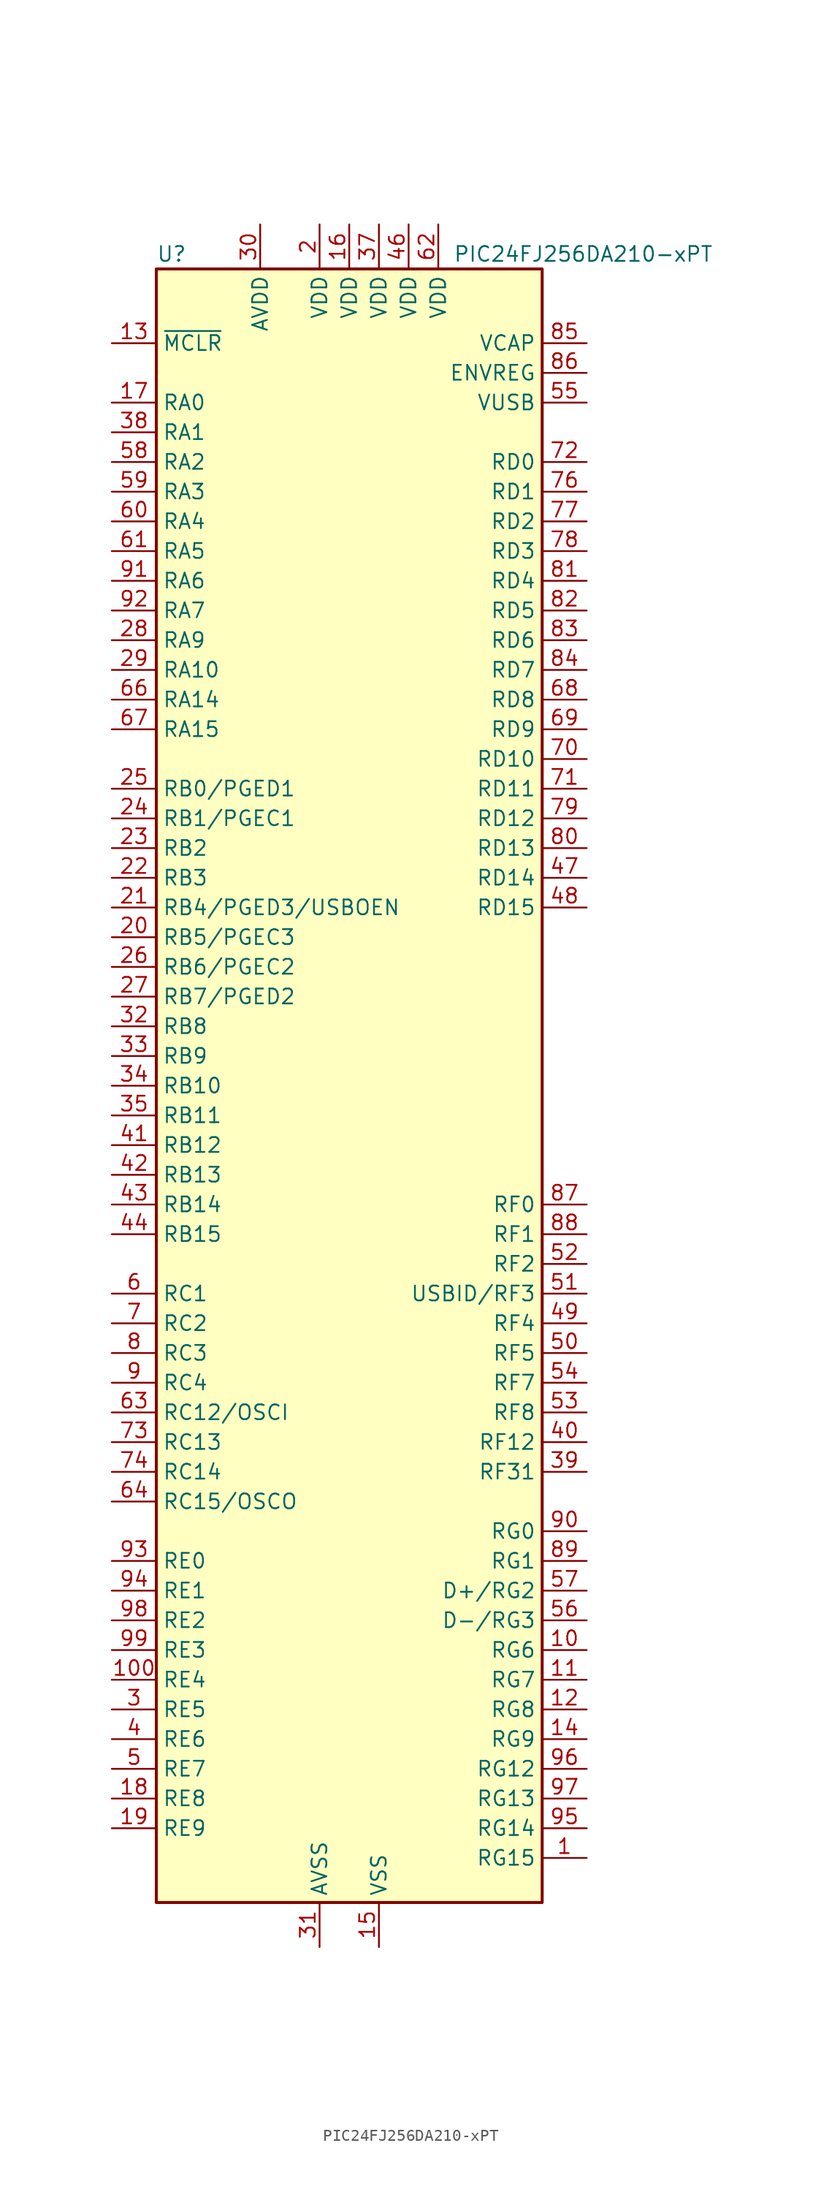
<source format=kicad_sym>
(kicad_symbol_lib
  (version 20241209)
  (generator "kicad_symbol_editor")
  (generator_version "9.0")
  (symbol "PIC24FJ256DA210-xPT"
    (property "Reference" "U"
      (at -16.51 71.12 0)
      (effects (font (size 1.27 1.27)) (justify left)))
    (property "Value" "PIC24FJ256DA210-xPT"
      (at 8.89 71.12 0)
      (effects (font (size 1.27 1.27)) (justify left)))
    (symbol "PIC24FJ256DA210-xPT_1_1"
      (rectangle (start -16.51 69.85) (end 16.51 -69.85) (stroke (width 0.254) (type default)) (fill (type background)))
      (pin input line (at -20.32 63.5 0) (length 3.81) (name "~{MCLR}" (effects (font (size 1.27 1.27)))) (number "13" (effects (font (size 1.27 1.27)))))
      (pin bidirectional line (at -20.32 58.42 0) (length 3.81) (name "RA0" (effects (font (size 1.27 1.27)))) (number "17" (effects (font (size 1.27 1.27)))))
      (pin bidirectional line (at -20.32 55.88 0) (length 3.81) (name "RA1" (effects (font (size 1.27 1.27)))) (number "38" (effects (font (size 1.27 1.27)))))
      (pin bidirectional line (at -20.32 53.34 0) (length 3.81) (name "RA2" (effects (font (size 1.27 1.27)))) (number "58" (effects (font (size 1.27 1.27)))))
      (pin bidirectional line (at -20.32 50.8 0) (length 3.81) (name "RA3" (effects (font (size 1.27 1.27)))) (number "59" (effects (font (size 1.27 1.27)))))
      (pin bidirectional line (at -20.32 48.26 0) (length 3.81) (name "RA4" (effects (font (size 1.27 1.27)))) (number "60" (effects (font (size 1.27 1.27)))))
      (pin bidirectional line (at -20.32 45.72 0) (length 3.81) (name "RA5" (effects (font (size 1.27 1.27)))) (number "61" (effects (font (size 1.27 1.27)))))
      (pin bidirectional line (at -20.32 43.18 0) (length 3.81) (name "RA6" (effects (font (size 1.27 1.27)))) (number "91" (effects (font (size 1.27 1.27)))))
      (pin bidirectional line (at -20.32 40.64 0) (length 3.81) (name "RA7" (effects (font (size 1.27 1.27)))) (number "92" (effects (font (size 1.27 1.27)))))
      (pin bidirectional line (at -20.32 38.1 0) (length 3.81) (name "RA9" (effects (font (size 1.27 1.27)))) (number "28" (effects (font (size 1.27 1.27)))))
      (pin bidirectional line (at -20.32 35.56 0) (length 3.81) (name "RA10" (effects (font (size 1.27 1.27)))) (number "29" (effects (font (size 1.27 1.27)))))
      (pin bidirectional line (at -20.32 33.02 0) (length 3.81) (name "RA14" (effects (font (size 1.27 1.27)))) (number "66" (effects (font (size 1.27 1.27)))))
      (pin bidirectional line (at -20.32 30.48 0) (length 3.81) (name "RA15" (effects (font (size 1.27 1.27)))) (number "67" (effects (font (size 1.27 1.27)))))
      (pin bidirectional line (at -20.32 25.4 0) (length 3.81) (name "RB0/PGED1" (effects (font (size 1.27 1.27)))) (number "25" (effects (font (size 1.27 1.27)))))
      (pin bidirectional line (at -20.32 22.86 0) (length 3.81) (name "RB1/PGEC1" (effects (font (size 1.27 1.27)))) (number "24" (effects (font (size 1.27 1.27)))))
      (pin bidirectional line (at -20.32 20.32 0) (length 3.81) (name "RB2" (effects (font (size 1.27 1.27)))) (number "23" (effects (font (size 1.27 1.27)))))
      (pin bidirectional line (at -20.32 17.78 0) (length 3.81) (name "RB3" (effects (font (size 1.27 1.27)))) (number "22" (effects (font (size 1.27 1.27)))))
      (pin bidirectional line (at -20.32 15.24 0) (length 3.81) (name "RB4/PGED3/USBOEN" (effects (font (size 1.27 1.27)))) (number "21" (effects (font (size 1.27 1.27)))))
      (pin bidirectional line (at -20.32 12.7 0) (length 3.81) (name "RB5/PGEC3" (effects (font (size 1.27 1.27)))) (number "20" (effects (font (size 1.27 1.27)))))
      (pin bidirectional line (at -20.32 10.16 0) (length 3.81) (name "RB6/PGEC2" (effects (font (size 1.27 1.27)))) (number "26" (effects (font (size 1.27 1.27)))))
      (pin bidirectional line (at -20.32 7.62 0) (length 3.81) (name "RB7/PGED2" (effects (font (size 1.27 1.27)))) (number "27" (effects (font (size 1.27 1.27)))))
      (pin bidirectional line (at -20.32 5.08 0) (length 3.81) (name "RB8" (effects (font (size 1.27 1.27)))) (number "32" (effects (font (size 1.27 1.27)))))
      (pin bidirectional line (at -20.32 2.54 0) (length 3.81) (name "RB9" (effects (font (size 1.27 1.27)))) (number "33" (effects (font (size 1.27 1.27)))))
      (pin bidirectional line (at -20.32 0 0) (length 3.81) (name "RB10" (effects (font (size 1.27 1.27)))) (number "34" (effects (font (size 1.27 1.27)))))
      (pin bidirectional line (at -20.32 -2.54 0) (length 3.81) (name "RB11" (effects (font (size 1.27 1.27)))) (number "35" (effects (font (size 1.27 1.27)))))
      (pin bidirectional line (at -20.32 -5.08 0) (length 3.81) (name "RB12" (effects (font (size 1.27 1.27)))) (number "41" (effects (font (size 1.27 1.27)))))
      (pin bidirectional line (at -20.32 -7.62 0) (length 3.81) (name "RB13" (effects (font (size 1.27 1.27)))) (number "42" (effects (font (size 1.27 1.27)))))
      (pin bidirectional line (at -20.32 -10.16 0) (length 3.81) (name "RB14" (effects (font (size 1.27 1.27)))) (number "43" (effects (font (size 1.27 1.27)))))
      (pin bidirectional line (at -20.32 -12.7 0) (length 3.81) (name "RB15" (effects (font (size 1.27 1.27)))) (number "44" (effects (font (size 1.27 1.27)))))
      (pin bidirectional line (at -20.32 -17.78 0) (length 3.81) (name "RC1" (effects (font (size 1.27 1.27)))) (number "6" (effects (font (size 1.27 1.27)))))
      (pin bidirectional line (at -20.32 -20.32 0) (length 3.81) (name "RC2" (effects (font (size 1.27 1.27)))) (number "7" (effects (font (size 1.27 1.27)))))
      (pin bidirectional line (at -20.32 -22.86 0) (length 3.81) (name "RC3" (effects (font (size 1.27 1.27)))) (number "8" (effects (font (size 1.27 1.27)))))
      (pin bidirectional line (at -20.32 -25.4 0) (length 3.81) (name "RC4" (effects (font (size 1.27 1.27)))) (number "9" (effects (font (size 1.27 1.27)))))
      (pin bidirectional line (at -20.32 -27.94 0) (length 3.81) (name "RC12/OSCI" (effects (font (size 1.27 1.27)))) (number "63" (effects (font (size 1.27 1.27)))))
      (pin bidirectional line (at -20.32 -30.48 0) (length 3.81) (name "RC13" (effects (font (size 1.27 1.27)))) (number "73" (effects (font (size 1.27 1.27)))))
      (pin bidirectional line (at -20.32 -33.02 0) (length 3.81) (name "RC14" (effects (font (size 1.27 1.27)))) (number "74" (effects (font (size 1.27 1.27)))))
      (pin bidirectional line (at -20.32 -35.56 0) (length 3.81) (name "RC15/OSCO" (effects (font (size 1.27 1.27)))) (number "64" (effects (font (size 1.27 1.27)))))
      (pin bidirectional line (at -20.32 -40.64 0) (length 3.81) (name "RE0" (effects (font (size 1.27 1.27)))) (number "93" (effects (font (size 1.27 1.27)))))
      (pin bidirectional line (at -20.32 -43.18 0) (length 3.81) (name "RE1" (effects (font (size 1.27 1.27)))) (number "94" (effects (font (size 1.27 1.27)))))
      (pin bidirectional line (at -20.32 -45.72 0) (length 3.81) (name "RE2" (effects (font (size 1.27 1.27)))) (number "98" (effects (font (size 1.27 1.27)))))
      (pin bidirectional line (at -20.32 -48.26 0) (length 3.81) (name "RE3" (effects (font (size 1.27 1.27)))) (number "99" (effects (font (size 1.27 1.27)))))
      (pin bidirectional line (at -20.32 -50.8 0) (length 3.81) (name "RE4" (effects (font (size 1.27 1.27)))) (number "100" (effects (font (size 1.27 1.27)))))
      (pin bidirectional line (at -20.32 -53.34 0) (length 3.81) (name "RE5" (effects (font (size 1.27 1.27)))) (number "3" (effects (font (size 1.27 1.27)))))
      (pin bidirectional line (at -20.32 -55.88 0) (length 3.81) (name "RE6" (effects (font (size 1.27 1.27)))) (number "4" (effects (font (size 1.27 1.27)))))
      (pin bidirectional line (at -20.32 -58.42 0) (length 3.81) (name "RE7" (effects (font (size 1.27 1.27)))) (number "5" (effects (font (size 1.27 1.27)))))
      (pin bidirectional line (at -20.32 -60.96 0) (length 3.81) (name "RE8" (effects (font (size 1.27 1.27)))) (number "18" (effects (font (size 1.27 1.27)))))
      (pin bidirectional line (at -20.32 -63.5 0) (length 3.81) (name "RE9" (effects (font (size 1.27 1.27)))) (number "19" (effects (font (size 1.27 1.27)))))
      (pin power_in line (at -7.62 73.66 270) (length 3.81) (name "AVDD" (effects (font (size 1.27 1.27)))) (number "30" (effects (font (size 1.27 1.27)))))
      (pin power_in line (at -2.54 73.66 270) (length 3.81) (name "VDD" (effects (font (size 1.27 1.27)))) (number "2" (effects (font (size 1.27 1.27)))))
      (pin power_in line (at -2.54 -73.66 90) (length 3.81) (name "AVSS" (effects (font (size 1.27 1.27)))) (number "31" (effects (font (size 1.27 1.27)))))
      (pin power_in line (at 0 73.66 270) (length 3.81) (name "VDD" (effects (font (size 1.27 1.27)))) (number "16" (effects (font (size 1.27 1.27)))))
      (pin power_in line (at 2.54 73.66 270) (length 3.81) (name "VDD" (effects (font (size 1.27 1.27)))) (number "37" (effects (font (size 1.27 1.27)))))
      (pin power_in line (at 2.54 -73.66 90) (length 3.81) (name "VSS" (effects (font (size 1.27 1.27)))) (number "15" (effects (font (size 1.27 1.27)))))
      (pin passive line (at 2.54 -73.66 90) (length 3.81) (hide yes) (name "VSS" (effects (font (size 1.27 1.27)))) (number "36" (effects (font (size 1.27 1.27)))))
      (pin passive line (at 2.54 -73.66 90) (length 3.81) (hide yes) (name "VSS" (effects (font (size 1.27 1.27)))) (number "45" (effects (font (size 1.27 1.27)))))
      (pin passive line (at 2.54 -73.66 90) (length 3.81) (hide yes) (name "VSS" (effects (font (size 1.27 1.27)))) (number "65" (effects (font (size 1.27 1.27)))))
      (pin passive line (at 2.54 -73.66 90) (length 3.81) (hide yes) (name "VSS" (effects (font (size 1.27 1.27)))) (number "75" (effects (font (size 1.27 1.27)))))
      (pin power_in line (at 5.08 73.66 270) (length 3.81) (name "VDD" (effects (font (size 1.27 1.27)))) (number "46" (effects (font (size 1.27 1.27)))))
      (pin power_in line (at 7.62 73.66 270) (length 3.81) (name "VDD" (effects (font (size 1.27 1.27)))) (number "62" (effects (font (size 1.27 1.27)))))
      (pin passive line (at 20.32 63.5 180) (length 3.81) (name "VCAP" (effects (font (size 1.27 1.27)))) (number "85" (effects (font (size 1.27 1.27)))))
      (pin input line (at 20.32 60.96 180) (length 3.81) (name "ENVREG" (effects (font (size 1.27 1.27)))) (number "86" (effects (font (size 1.27 1.27)))))
      (pin bidirectional line (at 20.32 58.42 180) (length 3.81) (name "VUSB" (effects (font (size 1.27 1.27)))) (number "55" (effects (font (size 1.27 1.27)))))
      (pin bidirectional line (at 20.32 53.34 180) (length 3.81) (name "RD0" (effects (font (size 1.27 1.27)))) (number "72" (effects (font (size 1.27 1.27)))))
      (pin bidirectional line (at 20.32 50.8 180) (length 3.81) (name "RD1" (effects (font (size 1.27 1.27)))) (number "76" (effects (font (size 1.27 1.27)))))
      (pin bidirectional line (at 20.32 48.26 180) (length 3.81) (name "RD2" (effects (font (size 1.27 1.27)))) (number "77" (effects (font (size 1.27 1.27)))))
      (pin bidirectional line (at 20.32 45.72 180) (length 3.81) (name "RD3" (effects (font (size 1.27 1.27)))) (number "78" (effects (font (size 1.27 1.27)))))
      (pin bidirectional line (at 20.32 43.18 180) (length 3.81) (name "RD4" (effects (font (size 1.27 1.27)))) (number "81" (effects (font (size 1.27 1.27)))))
      (pin bidirectional line (at 20.32 40.64 180) (length 3.81) (name "RD5" (effects (font (size 1.27 1.27)))) (number "82" (effects (font (size 1.27 1.27)))))
      (pin bidirectional line (at 20.32 38.1 180) (length 3.81) (name "RD6" (effects (font (size 1.27 1.27)))) (number "83" (effects (font (size 1.27 1.27)))))
      (pin bidirectional line (at 20.32 35.56 180) (length 3.81) (name "RD7" (effects (font (size 1.27 1.27)))) (number "84" (effects (font (size 1.27 1.27)))))
      (pin bidirectional line (at 20.32 33.02 180) (length 3.81) (name "RD8" (effects (font (size 1.27 1.27)))) (number "68" (effects (font (size 1.27 1.27)))))
      (pin bidirectional line (at 20.32 30.48 180) (length 3.81) (name "RD9" (effects (font (size 1.27 1.27)))) (number "69" (effects (font (size 1.27 1.27)))))
      (pin bidirectional line (at 20.32 27.94 180) (length 3.81) (name "RD10" (effects (font (size 1.27 1.27)))) (number "70" (effects (font (size 1.27 1.27)))))
      (pin bidirectional line (at 20.32 25.4 180) (length 3.81) (name "RD11" (effects (font (size 1.27 1.27)))) (number "71" (effects (font (size 1.27 1.27)))))
      (pin bidirectional line (at 20.32 22.86 180) (length 3.81) (name "RD12" (effects (font (size 1.27 1.27)))) (number "79" (effects (font (size 1.27 1.27)))))
      (pin bidirectional line (at 20.32 20.32 180) (length 3.81) (name "RD13" (effects (font (size 1.27 1.27)))) (number "80" (effects (font (size 1.27 1.27)))))
      (pin bidirectional line (at 20.32 17.78 180) (length 3.81) (name "RD14" (effects (font (size 1.27 1.27)))) (number "47" (effects (font (size 1.27 1.27)))))
      (pin bidirectional line (at 20.32 15.24 180) (length 3.81) (name "RD15" (effects (font (size 1.27 1.27)))) (number "48" (effects (font (size 1.27 1.27)))))
      (pin bidirectional line (at 20.32 -10.16 180) (length 3.81) (name "RF0" (effects (font (size 1.27 1.27)))) (number "87" (effects (font (size 1.27 1.27)))))
      (pin bidirectional line (at 20.32 -12.7 180) (length 3.81) (name "RF1" (effects (font (size 1.27 1.27)))) (number "88" (effects (font (size 1.27 1.27)))))
      (pin bidirectional line (at 20.32 -15.24 180) (length 3.81) (name "RF2" (effects (font (size 1.27 1.27)))) (number "52" (effects (font (size 1.27 1.27)))))
      (pin bidirectional line (at 20.32 -17.78 180) (length 3.81) (name "USBID/RF3" (effects (font (size 1.27 1.27)))) (number "51" (effects (font (size 1.27 1.27)))))
      (pin bidirectional line (at 20.32 -20.32 180) (length 3.81) (name "RF4" (effects (font (size 1.27 1.27)))) (number "49" (effects (font (size 1.27 1.27)))))
      (pin bidirectional line (at 20.32 -22.86 180) (length 3.81) (name "RF5" (effects (font (size 1.27 1.27)))) (number "50" (effects (font (size 1.27 1.27)))))
      (pin bidirectional line (at 20.32 -25.4 180) (length 3.81) (name "RF7" (effects (font (size 1.27 1.27)))) (number "54" (effects (font (size 1.27 1.27)))))
      (pin bidirectional line (at 20.32 -27.94 180) (length 3.81) (name "RF8" (effects (font (size 1.27 1.27)))) (number "53" (effects (font (size 1.27 1.27)))))
      (pin bidirectional line (at 20.32 -30.48 180) (length 3.81) (name "RF12" (effects (font (size 1.27 1.27)))) (number "40" (effects (font (size 1.27 1.27)))))
      (pin bidirectional line (at 20.32 -33.02 180) (length 3.81) (name "RF31" (effects (font (size 1.27 1.27)))) (number "39" (effects (font (size 1.27 1.27)))))
      (pin bidirectional line (at 20.32 -38.1 180) (length 3.81) (name "RG0" (effects (font (size 1.27 1.27)))) (number "90" (effects (font (size 1.27 1.27)))))
      (pin bidirectional line (at 20.32 -40.64 180) (length 3.81) (name "RG1" (effects (font (size 1.27 1.27)))) (number "89" (effects (font (size 1.27 1.27)))))
      (pin bidirectional line (at 20.32 -43.18 180) (length 3.81) (name "D+/RG2" (effects (font (size 1.27 1.27)))) (number "57" (effects (font (size 1.27 1.27)))))
      (pin bidirectional line (at 20.32 -45.72 180) (length 3.81) (name "D-/RG3" (effects (font (size 1.27 1.27)))) (number "56" (effects (font (size 1.27 1.27)))))
      (pin bidirectional line (at 20.32 -48.26 180) (length 3.81) (name "RG6" (effects (font (size 1.27 1.27)))) (number "10" (effects (font (size 1.27 1.27)))))
      (pin bidirectional line (at 20.32 -50.8 180) (length 3.81) (name "RG7" (effects (font (size 1.27 1.27)))) (number "11" (effects (font (size 1.27 1.27)))))
      (pin bidirectional line (at 20.32 -53.34 180) (length 3.81) (name "RG8" (effects (font (size 1.27 1.27)))) (number "12" (effects (font (size 1.27 1.27)))))
      (pin bidirectional line (at 20.32 -55.88 180) (length 3.81) (name "RG9" (effects (font (size 1.27 1.27)))) (number "14" (effects (font (size 1.27 1.27)))))
      (pin bidirectional line (at 20.32 -58.42 180) (length 3.81) (name "RG12" (effects (font (size 1.27 1.27)))) (number "96" (effects (font (size 1.27 1.27)))))
      (pin bidirectional line (at 20.32 -60.96 180) (length 3.81) (name "RG13" (effects (font (size 1.27 1.27)))) (number "97" (effects (font (size 1.27 1.27)))))
      (pin bidirectional line (at 20.32 -63.5 180) (length 3.81) (name "RG14" (effects (font (size 1.27 1.27)))) (number "95" (effects (font (size 1.27 1.27)))))
      (pin bidirectional line (at 20.32 -66.04 180) (length 3.81) (name "RG15" (effects (font (size 1.27 1.27)))) (number "1" (effects (font (size 1.27 1.27))))))))
</source>
